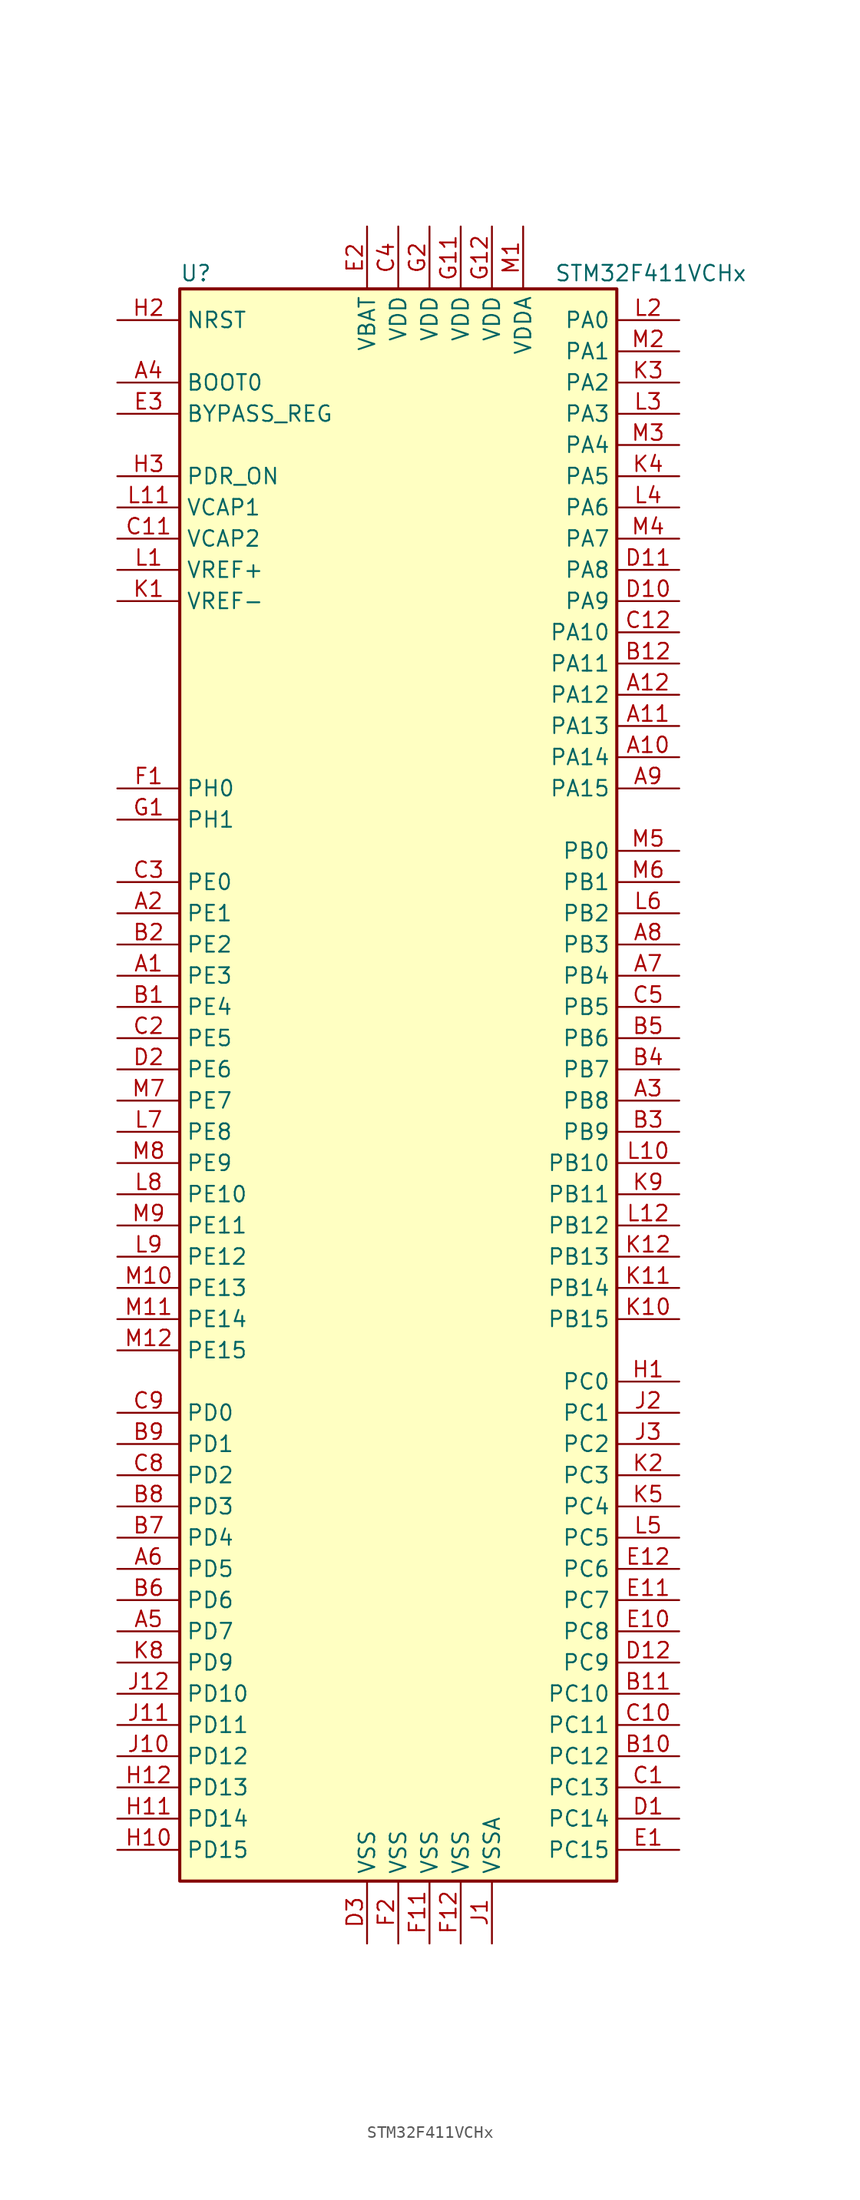
<source format=kicad_sym>
(kicad_symbol_lib
  (version 20201005)
  (generator kicad_symbol_editor)
  (symbol "STM32F411VCHx"
    (property "Reference" "U"
      (at -17.78 64.77 0)
      (effects (font (size 1.27 1.27)) (justify left)))
    (property "Value" "STM32F411VCHx"
      (at 12.7 64.77 0)
      (effects (font (size 1.27 1.27)) (justify left)))
    (symbol "STM32F411VCHx_0_1"
      (rectangle (start -17.78 -66.04) (end 17.78 63.5) (stroke (width 0.254)) (fill (type background))))
    (symbol "STM32F411VCHx_1_1"
      (pin bidirectional line (at -22.86 7.62 0) (length 5.08) (name "PE3" (effects (font (size 1.27 1.27)))) (number "A1" (effects (font (size 1.27 1.27)))))
      (pin bidirectional line (at 22.86 25.4 180) (length 5.08) (name "PA14" (effects (font (size 1.27 1.27)))) (number "A10" (effects (font (size 1.27 1.27)))))
      (pin bidirectional line (at 22.86 27.94 180) (length 5.08) (name "PA13" (effects (font (size 1.27 1.27)))) (number "A11" (effects (font (size 1.27 1.27)))))
      (pin bidirectional line (at 22.86 30.48 180) (length 5.08) (name "PA12" (effects (font (size 1.27 1.27)))) (number "A12" (effects (font (size 1.27 1.27)))))
      (pin bidirectional line (at -22.86 12.7 0) (length 5.08) (name "PE1" (effects (font (size 1.27 1.27)))) (number "A2" (effects (font (size 1.27 1.27)))))
      (pin bidirectional line (at 22.86 -2.54 180) (length 5.08) (name "PB8" (effects (font (size 1.27 1.27)))) (number "A3" (effects (font (size 1.27 1.27)))))
      (pin input line (at -22.86 55.88 0) (length 5.08) (name "BOOT0" (effects (font (size 1.27 1.27)))) (number "A4" (effects (font (size 1.27 1.27)))))
      (pin bidirectional line (at -22.86 -45.72 0) (length 5.08) (name "PD7" (effects (font (size 1.27 1.27)))) (number "A5" (effects (font (size 1.27 1.27)))))
      (pin bidirectional line (at -22.86 -40.64 0) (length 5.08) (name "PD5" (effects (font (size 1.27 1.27)))) (number "A6" (effects (font (size 1.27 1.27)))))
      (pin bidirectional line (at 22.86 7.62 180) (length 5.08) (name "PB4" (effects (font (size 1.27 1.27)))) (number "A7" (effects (font (size 1.27 1.27)))))
      (pin bidirectional line (at 22.86 10.16 180) (length 5.08) (name "PB3" (effects (font (size 1.27 1.27)))) (number "A8" (effects (font (size 1.27 1.27)))))
      (pin bidirectional line (at 22.86 22.86 180) (length 5.08) (name "PA15" (effects (font (size 1.27 1.27)))) (number "A9" (effects (font (size 1.27 1.27)))))
      (pin bidirectional line (at -22.86 5.08 0) (length 5.08) (name "PE4" (effects (font (size 1.27 1.27)))) (number "B1" (effects (font (size 1.27 1.27)))))
      (pin bidirectional line (at 22.86 -55.88 180) (length 5.08) (name "PC12" (effects (font (size 1.27 1.27)))) (number "B10" (effects (font (size 1.27 1.27)))))
      (pin bidirectional line (at 22.86 -50.8 180) (length 5.08) (name "PC10" (effects (font (size 1.27 1.27)))) (number "B11" (effects (font (size 1.27 1.27)))))
      (pin bidirectional line (at 22.86 33.02 180) (length 5.08) (name "PA11" (effects (font (size 1.27 1.27)))) (number "B12" (effects (font (size 1.27 1.27)))))
      (pin bidirectional line (at -22.86 10.16 0) (length 5.08) (name "PE2" (effects (font (size 1.27 1.27)))) (number "B2" (effects (font (size 1.27 1.27)))))
      (pin bidirectional line (at 22.86 -5.08 180) (length 5.08) (name "PB9" (effects (font (size 1.27 1.27)))) (number "B3" (effects (font (size 1.27 1.27)))))
      (pin bidirectional line (at 22.86 0 180) (length 5.08) (name "PB7" (effects (font (size 1.27 1.27)))) (number "B4" (effects (font (size 1.27 1.27)))))
      (pin bidirectional line (at 22.86 2.54 180) (length 5.08) (name "PB6" (effects (font (size 1.27 1.27)))) (number "B5" (effects (font (size 1.27 1.27)))))
      (pin bidirectional line (at -22.86 -43.18 0) (length 5.08) (name "PD6" (effects (font (size 1.27 1.27)))) (number "B6" (effects (font (size 1.27 1.27)))))
      (pin bidirectional line (at -22.86 -38.1 0) (length 5.08) (name "PD4" (effects (font (size 1.27 1.27)))) (number "B7" (effects (font (size 1.27 1.27)))))
      (pin bidirectional line (at -22.86 -35.56 0) (length 5.08) (name "PD3" (effects (font (size 1.27 1.27)))) (number "B8" (effects (font (size 1.27 1.27)))))
      (pin bidirectional line (at -22.86 -30.48 0) (length 5.08) (name "PD1" (effects (font (size 1.27 1.27)))) (number "B9" (effects (font (size 1.27 1.27)))))
      (pin bidirectional line (at 22.86 -58.42 180) (length 5.08) (name "PC13" (effects (font (size 1.27 1.27)))) (number "C1" (effects (font (size 1.27 1.27)))))
      (pin bidirectional line (at 22.86 -53.34 180) (length 5.08) (name "PC11" (effects (font (size 1.27 1.27)))) (number "C10" (effects (font (size 1.27 1.27)))))
      (pin power_in line (at -22.86 43.18 0) (length 5.08) (name "VCAP2" (effects (font (size 1.27 1.27)))) (number "C11" (effects (font (size 1.27 1.27)))))
      (pin bidirectional line (at 22.86 35.56 180) (length 5.08) (name "PA10" (effects (font (size 1.27 1.27)))) (number "C12" (effects (font (size 1.27 1.27)))))
      (pin bidirectional line (at -22.86 2.54 0) (length 5.08) (name "PE5" (effects (font (size 1.27 1.27)))) (number "C2" (effects (font (size 1.27 1.27)))))
      (pin bidirectional line (at -22.86 15.24 0) (length 5.08) (name "PE0" (effects (font (size 1.27 1.27)))) (number "C3" (effects (font (size 1.27 1.27)))))
      (pin power_in line (at 0 68.58 270) (length 5.08) (name "VDD" (effects (font (size 1.27 1.27)))) (number "C4" (effects (font (size 1.27 1.27)))))
      (pin bidirectional line (at 22.86 5.08 180) (length 5.08) (name "PB5" (effects (font (size 1.27 1.27)))) (number "C5" (effects (font (size 1.27 1.27)))))
      (pin bidirectional line (at -22.86 -33.02 0) (length 5.08) (name "PD2" (effects (font (size 1.27 1.27)))) (number "C8" (effects (font (size 1.27 1.27)))))
      (pin bidirectional line (at -22.86 -27.94 0) (length 5.08) (name "PD0" (effects (font (size 1.27 1.27)))) (number "C9" (effects (font (size 1.27 1.27)))))
      (pin bidirectional line (at 22.86 -60.96 180) (length 5.08) (name "PC14" (effects (font (size 1.27 1.27)))) (number "D1" (effects (font (size 1.27 1.27)))))
      (pin bidirectional line (at 22.86 38.1 180) (length 5.08) (name "PA9" (effects (font (size 1.27 1.27)))) (number "D10" (effects (font (size 1.27 1.27)))))
      (pin bidirectional line (at 22.86 40.64 180) (length 5.08) (name "PA8" (effects (font (size 1.27 1.27)))) (number "D11" (effects (font (size 1.27 1.27)))))
      (pin bidirectional line (at 22.86 -48.26 180) (length 5.08) (name "PC9" (effects (font (size 1.27 1.27)))) (number "D12" (effects (font (size 1.27 1.27)))))
      (pin bidirectional line (at -22.86 0 0) (length 5.08) (name "PE6" (effects (font (size 1.27 1.27)))) (number "D2" (effects (font (size 1.27 1.27)))))
      (pin power_in line (at -2.54 -71.12 90) (length 5.08) (name "VSS" (effects (font (size 1.27 1.27)))) (number "D3" (effects (font (size 1.27 1.27)))))
      (pin bidirectional line (at 22.86 -63.5 180) (length 5.08) (name "PC15" (effects (font (size 1.27 1.27)))) (number "E1" (effects (font (size 1.27 1.27)))))
      (pin bidirectional line (at 22.86 -45.72 180) (length 5.08) (name "PC8" (effects (font (size 1.27 1.27)))) (number "E10" (effects (font (size 1.27 1.27)))))
      (pin bidirectional line (at 22.86 -43.18 180) (length 5.08) (name "PC7" (effects (font (size 1.27 1.27)))) (number "E11" (effects (font (size 1.27 1.27)))))
      (pin bidirectional line (at 22.86 -40.64 180) (length 5.08) (name "PC6" (effects (font (size 1.27 1.27)))) (number "E12" (effects (font (size 1.27 1.27)))))
      (pin power_in line (at -2.54 68.58 270) (length 5.08) (name "VBAT" (effects (font (size 1.27 1.27)))) (number "E2" (effects (font (size 1.27 1.27)))))
      (pin input line (at -22.86 53.34 0) (length 5.08) (name "BYPASS_REG" (effects (font (size 1.27 1.27)))) (number "E3" (effects (font (size 1.27 1.27)))))
      (pin input line (at -22.86 22.86 0) (length 5.08) (name "PH0" (effects (font (size 1.27 1.27)))) (number "F1" (effects (font (size 1.27 1.27)))))
      (pin power_in line (at 2.54 -71.12 90) (length 5.08) (name "VSS" (effects (font (size 1.27 1.27)))) (number "F11" (effects (font (size 1.27 1.27)))))
      (pin power_in line (at 5.08 -71.12 90) (length 5.08) (name "VSS" (effects (font (size 1.27 1.27)))) (number "F12" (effects (font (size 1.27 1.27)))))
      (pin power_in line (at 0 -71.12 90) (length 5.08) (name "VSS" (effects (font (size 1.27 1.27)))) (number "F2" (effects (font (size 1.27 1.27)))))
      (pin input line (at -22.86 20.32 0) (length 5.08) (name "PH1" (effects (font (size 1.27 1.27)))) (number "G1" (effects (font (size 1.27 1.27)))))
      (pin power_in line (at 5.08 68.58 270) (length 5.08) (name "VDD" (effects (font (size 1.27 1.27)))) (number "G11" (effects (font (size 1.27 1.27)))))
      (pin power_in line (at 7.62 68.58 270) (length 5.08) (name "VDD" (effects (font (size 1.27 1.27)))) (number "G12" (effects (font (size 1.27 1.27)))))
      (pin power_in line (at 2.54 68.58 270) (length 5.08) (name "VDD" (effects (font (size 1.27 1.27)))) (number "G2" (effects (font (size 1.27 1.27)))))
      (pin bidirectional line (at 22.86 -25.4 180) (length 5.08) (name "PC0" (effects (font (size 1.27 1.27)))) (number "H1" (effects (font (size 1.27 1.27)))))
      (pin bidirectional line (at -22.86 -63.5 0) (length 5.08) (name "PD15" (effects (font (size 1.27 1.27)))) (number "H10" (effects (font (size 1.27 1.27)))))
      (pin bidirectional line (at -22.86 -60.96 0) (length 5.08) (name "PD14" (effects (font (size 1.27 1.27)))) (number "H11" (effects (font (size 1.27 1.27)))))
      (pin bidirectional line (at -22.86 -58.42 0) (length 5.08) (name "PD13" (effects (font (size 1.27 1.27)))) (number "H12" (effects (font (size 1.27 1.27)))))
      (pin input line (at -22.86 60.96 0) (length 5.08) (name "NRST" (effects (font (size 1.27 1.27)))) (number "H2" (effects (font (size 1.27 1.27)))))
      (pin power_in line (at -22.86 48.26 0) (length 5.08) (name "PDR_ON" (effects (font (size 1.27 1.27)))) (number "H3" (effects (font (size 1.27 1.27)))))
      (pin power_in line (at 7.62 -71.12 90) (length 5.08) (name "VSSA" (effects (font (size 1.27 1.27)))) (number "J1" (effects (font (size 1.27 1.27)))))
      (pin bidirectional line (at -22.86 -55.88 0) (length 5.08) (name "PD12" (effects (font (size 1.27 1.27)))) (number "J10" (effects (font (size 1.27 1.27)))))
      (pin bidirectional line (at -22.86 -53.34 0) (length 5.08) (name "PD11" (effects (font (size 1.27 1.27)))) (number "J11" (effects (font (size 1.27 1.27)))))
      (pin bidirectional line (at -22.86 -50.8 0) (length 5.08) (name "PD10" (effects (font (size 1.27 1.27)))) (number "J12" (effects (font (size 1.27 1.27)))))
      (pin bidirectional line (at 22.86 -27.94 180) (length 5.08) (name "PC1" (effects (font (size 1.27 1.27)))) (number "J2" (effects (font (size 1.27 1.27)))))
      (pin bidirectional line (at 22.86 -30.48 180) (length 5.08) (name "PC2" (effects (font (size 1.27 1.27)))) (number "J3" (effects (font (size 1.27 1.27)))))
      (pin power_in line (at -22.86 38.1 0) (length 5.08) (name "VREF-" (effects (font (size 1.27 1.27)))) (number "K1" (effects (font (size 1.27 1.27)))))
      (pin bidirectional line (at 22.86 -20.32 180) (length 5.08) (name "PB15" (effects (font (size 1.27 1.27)))) (number "K10" (effects (font (size 1.27 1.27)))))
      (pin bidirectional line (at 22.86 -17.78 180) (length 5.08) (name "PB14" (effects (font (size 1.27 1.27)))) (number "K11" (effects (font (size 1.27 1.27)))))
      (pin bidirectional line (at 22.86 -15.24 180) (length 5.08) (name "PB13" (effects (font (size 1.27 1.27)))) (number "K12" (effects (font (size 1.27 1.27)))))
      (pin bidirectional line (at 22.86 -33.02 180) (length 5.08) (name "PC3" (effects (font (size 1.27 1.27)))) (number "K2" (effects (font (size 1.27 1.27)))))
      (pin bidirectional line (at 22.86 55.88 180) (length 5.08) (name "PA2" (effects (font (size 1.27 1.27)))) (number "K3" (effects (font (size 1.27 1.27)))))
      (pin bidirectional line (at 22.86 48.26 180) (length 5.08) (name "PA5" (effects (font (size 1.27 1.27)))) (number "K4" (effects (font (size 1.27 1.27)))))
      (pin bidirectional line (at 22.86 -35.56 180) (length 5.08) (name "PC4" (effects (font (size 1.27 1.27)))) (number "K5" (effects (font (size 1.27 1.27)))))
      (pin bidirectional line (at -22.86 -48.26 0) (length 5.08) (name "PD9" (effects (font (size 1.27 1.27)))) (number "K8" (effects (font (size 1.27 1.27)))))
      (pin bidirectional line (at 22.86 -10.16 180) (length 5.08) (name "PB11" (effects (font (size 1.27 1.27)))) (number "K9" (effects (font (size 1.27 1.27)))))
      (pin power_in line (at -22.86 40.64 0) (length 5.08) (name "VREF+" (effects (font (size 1.27 1.27)))) (number "L1" (effects (font (size 1.27 1.27)))))
      (pin bidirectional line (at 22.86 -7.62 180) (length 5.08) (name "PB10" (effects (font (size 1.27 1.27)))) (number "L10" (effects (font (size 1.27 1.27)))))
      (pin power_in line (at -22.86 45.72 0) (length 5.08) (name "VCAP1" (effects (font (size 1.27 1.27)))) (number "L11" (effects (font (size 1.27 1.27)))))
      (pin bidirectional line (at 22.86 -12.7 180) (length 5.08) (name "PB12" (effects (font (size 1.27 1.27)))) (number "L12" (effects (font (size 1.27 1.27)))))
      (pin bidirectional line (at 22.86 60.96 180) (length 5.08) (name "PA0" (effects (font (size 1.27 1.27)))) (number "L2" (effects (font (size 1.27 1.27)))))
      (pin bidirectional line (at 22.86 53.34 180) (length 5.08) (name "PA3" (effects (font (size 1.27 1.27)))) (number "L3" (effects (font (size 1.27 1.27)))))
      (pin bidirectional line (at 22.86 45.72 180) (length 5.08) (name "PA6" (effects (font (size 1.27 1.27)))) (number "L4" (effects (font (size 1.27 1.27)))))
      (pin bidirectional line (at 22.86 -38.1 180) (length 5.08) (name "PC5" (effects (font (size 1.27 1.27)))) (number "L5" (effects (font (size 1.27 1.27)))))
      (pin bidirectional line (at 22.86 12.7 180) (length 5.08) (name "PB2" (effects (font (size 1.27 1.27)))) (number "L6" (effects (font (size 1.27 1.27)))))
      (pin bidirectional line (at -22.86 -5.08 0) (length 5.08) (name "PE8" (effects (font (size 1.27 1.27)))) (number "L7" (effects (font (size 1.27 1.27)))))
      (pin bidirectional line (at -22.86 -10.16 0) (length 5.08) (name "PE10" (effects (font (size 1.27 1.27)))) (number "L8" (effects (font (size 1.27 1.27)))))
      (pin bidirectional line (at -22.86 -15.24 0) (length 5.08) (name "PE12" (effects (font (size 1.27 1.27)))) (number "L9" (effects (font (size 1.27 1.27)))))
      (pin power_in line (at 10.16 68.58 270) (length 5.08) (name "VDDA" (effects (font (size 1.27 1.27)))) (number "M1" (effects (font (size 1.27 1.27)))))
      (pin bidirectional line (at -22.86 -17.78 0) (length 5.08) (name "PE13" (effects (font (size 1.27 1.27)))) (number "M10" (effects (font (size 1.27 1.27)))))
      (pin bidirectional line (at -22.86 -20.32 0) (length 5.08) (name "PE14" (effects (font (size 1.27 1.27)))) (number "M11" (effects (font (size 1.27 1.27)))))
      (pin bidirectional line (at -22.86 -22.86 0) (length 5.08) (name "PE15" (effects (font (size 1.27 1.27)))) (number "M12" (effects (font (size 1.27 1.27)))))
      (pin bidirectional line (at 22.86 58.42 180) (length 5.08) (name "PA1" (effects (font (size 1.27 1.27)))) (number "M2" (effects (font (size 1.27 1.27)))))
      (pin bidirectional line (at 22.86 50.8 180) (length 5.08) (name "PA4" (effects (font (size 1.27 1.27)))) (number "M3" (effects (font (size 1.27 1.27)))))
      (pin bidirectional line (at 22.86 43.18 180) (length 5.08) (name "PA7" (effects (font (size 1.27 1.27)))) (number "M4" (effects (font (size 1.27 1.27)))))
      (pin bidirectional line (at 22.86 17.78 180) (length 5.08) (name "PB0" (effects (font (size 1.27 1.27)))) (number "M5" (effects (font (size 1.27 1.27)))))
      (pin bidirectional line (at 22.86 15.24 180) (length 5.08) (name "PB1" (effects (font (size 1.27 1.27)))) (number "M6" (effects (font (size 1.27 1.27)))))
      (pin bidirectional line (at -22.86 -2.54 0) (length 5.08) (name "PE7" (effects (font (size 1.27 1.27)))) (number "M7" (effects (font (size 1.27 1.27)))))
      (pin bidirectional line (at -22.86 -7.62 0) (length 5.08) (name "PE9" (effects (font (size 1.27 1.27)))) (number "M8" (effects (font (size 1.27 1.27)))))
      (pin bidirectional line (at -22.86 -12.7 0) (length 5.08) (name "PE11" (effects (font (size 1.27 1.27)))) (number "M9" (effects (font (size 1.27 1.27))))))))
</source>
